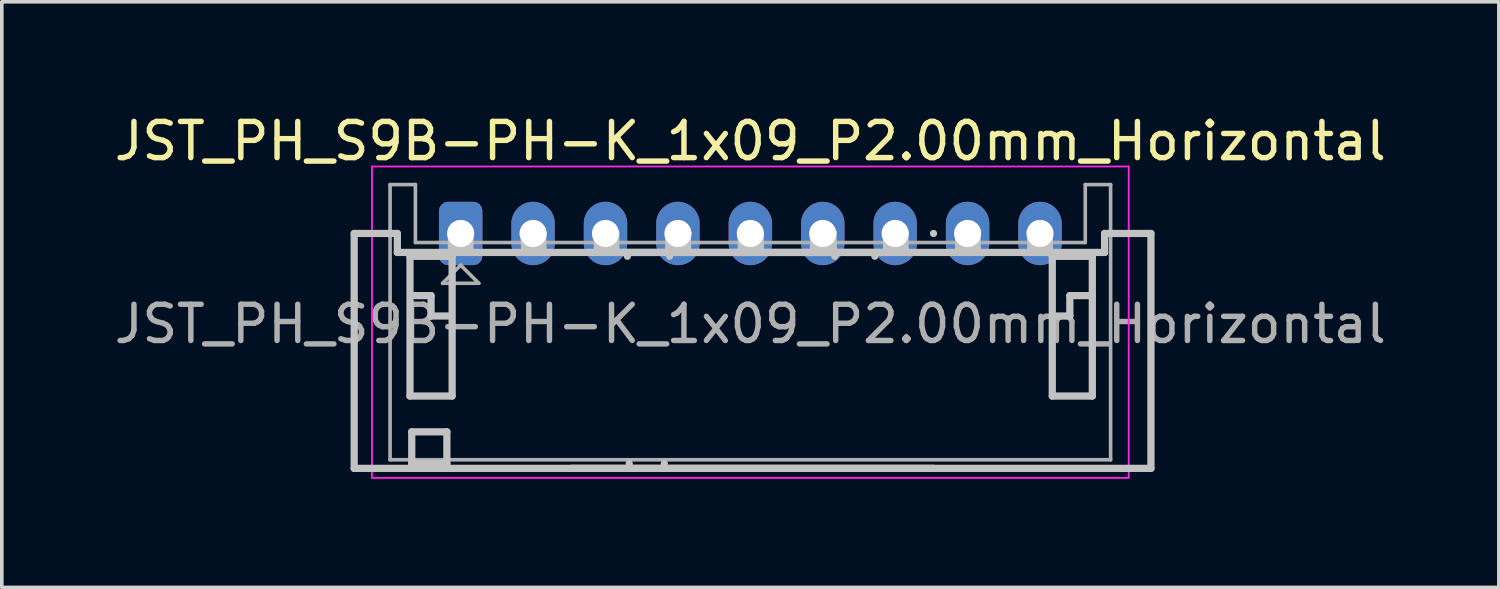
<source format=kicad_pcb>
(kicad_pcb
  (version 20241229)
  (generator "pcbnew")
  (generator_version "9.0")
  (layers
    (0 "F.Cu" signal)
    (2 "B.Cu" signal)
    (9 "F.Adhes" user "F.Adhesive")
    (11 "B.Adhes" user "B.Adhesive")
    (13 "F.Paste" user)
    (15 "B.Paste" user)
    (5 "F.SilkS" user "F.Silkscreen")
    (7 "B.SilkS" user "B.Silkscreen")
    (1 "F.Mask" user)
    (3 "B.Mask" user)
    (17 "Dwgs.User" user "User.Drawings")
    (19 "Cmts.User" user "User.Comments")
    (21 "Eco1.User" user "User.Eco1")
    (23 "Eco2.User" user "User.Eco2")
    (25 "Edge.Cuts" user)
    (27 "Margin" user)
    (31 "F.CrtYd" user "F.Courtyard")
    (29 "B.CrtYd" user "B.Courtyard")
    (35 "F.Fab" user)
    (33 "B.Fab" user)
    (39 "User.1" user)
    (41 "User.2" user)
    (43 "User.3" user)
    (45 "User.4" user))
  (footprint "JST_PH_S9B-PH-K_1x09_P2.00mm_Horizontal"
    (layer "F.Cu")
    (at 9.673 3.398)
    (property "Reference" "JST_PH_S9B-PH-K_1x09_P2.00mm_Horizontal" (at 8 -2.55 0) (layer "F.SilkS") (effects (font (size 1 1) (thickness 0.15))))
    (attr through_hole)
    (fp_line (start -2.941 0.000004) (end -1.749 0.000003) (stroke (width 0.2) (type solid)) (layer "Dwgs.User"))
    (fp_line (start -2.941 6.487) (end -2.941 0.000004) (stroke (width 0.2) (type solid)) (layer "Dwgs.User"))
    (fp_line (start -1.749 0.000003) (end -1.749 0.524) (stroke (width 0.2) (type solid)) (layer "Dwgs.User"))
    (fp_line (start -1.749 0.524) (end 11.779 0.524) (stroke (width 0.2) (type solid)) (layer "Dwgs.User"))
    (fp_line (start -1.4 0.63) (end -1.4 4.49) (stroke (width 0.2) (type solid)) (layer "Dwgs.User"))
    (fp_line (start -1.4 4.49) (end -0.236 4.49) (stroke (width 0.2) (type solid)) (layer "Dwgs.User"))
    (fp_line (start -1.351 5.479) (end -1.351 6.352) (stroke (width 0.2) (type solid)) (layer "Dwgs.User"))
    (fp_line (start -1.351 6.352) (end -0.381 6.352) (stroke (width 0.2) (type solid)) (layer "Dwgs.User"))
    (fp_line (start -0.818 1.716) (end -1.283 1.716) (stroke (width 0.2) (type solid)) (layer "Dwgs.User"))
    (fp_line (start -0.818 2.279) (end -0.818 1.716) (stroke (width 0.2) (type solid)) (layer "Dwgs.User"))
    (fp_line (start -0.381 5.479) (end -1.351 5.479) (stroke (width 0.2) (type solid)) (layer "Dwgs.User"))
    (fp_line (start -0.381 6.352) (end -0.381 5.479) (stroke (width 0.2) (type solid)) (layer "Dwgs.User"))
    (fp_line (start -0.314 2.279) (end -0.818 2.279) (stroke (width 0.2) (type solid)) (layer "Dwgs.User"))
    (fp_line (start -0.255 0.000003) (end 0.254 0.000003) (stroke (width 0.2) (type solid)) (layer "Dwgs.User"))
    (fp_line (start -0.255 0.446) (end -0.255 0.000003) (stroke (width 0.2) (type solid)) (layer "Dwgs.User"))
    (fp_line (start -0.236 0.63) (end -1.4 0.63) (stroke (width 0.2) (type solid)) (layer "Dwgs.User"))
    (fp_line (start -0.236 4.49) (end -0.236 0.63) (stroke (width 0.2) (type solid)) (layer "Dwgs.User"))
    (fp_line (start 0.254 0.000003) (end 0.254 0.446) (stroke (width 0.2) (type solid)) (layer "Dwgs.User"))
    (fp_line (start 0.254 0.446) (end -0.255 0.446) (stroke (width 0.2) (type solid)) (layer "Dwgs.User"))
    (fp_line (start 1.762 0.000002) (end 2.271 0.000002) (stroke (width 0.2) (type solid)) (layer "Dwgs.User"))
    (fp_line (start 1.762 0.446) (end 1.762 0.000002) (stroke (width 0.2) (type solid)) (layer "Dwgs.User"))
    (fp_line (start 2.271 0.000002) (end 2.271 0.446) (stroke (width 0.2) (type solid)) (layer "Dwgs.User"))
    (fp_line (start 2.271 0.446) (end 1.762 0.446) (stroke (width 0.2) (type solid)) (layer "Dwgs.User"))
    (fp_line (start 3.774 -0.024) (end 4.283 -0.024) (stroke (width 0.2) (type solid)) (layer "Dwgs.User"))
    (fp_line (start 3.774 0.422) (end 3.774 -0.024) (stroke (width 0.2) (type solid)) (layer "Dwgs.User"))
    (fp_line (start 4.257 0) (end 4.257 0.524) (stroke (width 0.2) (type solid)) (layer "Dwgs.User"))
    (fp_line (start 4.257 0.524) (end 17.784 0.524) (stroke (width 0.2) (type solid)) (layer "Dwgs.User"))
    (fp_line (start 4.283 -0.024) (end 4.283 0.422) (stroke (width 0.2) (type solid)) (layer "Dwgs.User"))
    (fp_line (start 4.283 0.422) (end 3.774 0.422) (stroke (width 0.2) (type solid)) (layer "Dwgs.User"))
    (fp_line (start 4.606 0.63) (end 4.606 0.63) (stroke (width 0.2) (type solid)) (layer "Dwgs.User"))
    (fp_line (start 4.654 6.352) (end 4.654 6.352) (stroke (width 0.2) (type solid)) (layer "Dwgs.User"))
    (fp_line (start 5.624 6.352) (end 5.624 6.352) (stroke (width 0.2) (type solid)) (layer "Dwgs.User"))
    (fp_line (start 5.75 0) (end 6.259 0) (stroke (width 0.2) (type solid)) (layer "Dwgs.User"))
    (fp_line (start 5.75 0.446) (end 5.75 0) (stroke (width 0.2) (type solid)) (layer "Dwgs.User"))
    (fp_line (start 5.757 -0.024) (end 6.266 -0.024) (stroke (width 0.2) (type solid)) (layer "Dwgs.User"))
    (fp_line (start 5.757 0.422) (end 5.757 -0.024) (stroke (width 0.2) (type solid)) (layer "Dwgs.User"))
    (fp_line (start 5.769 0.63) (end 5.769 0.63) (stroke (width 0.2) (type solid)) (layer "Dwgs.User"))
    (fp_line (start 6.259 0) (end 6.259 0.446) (stroke (width 0.2) (type solid)) (layer "Dwgs.User"))
    (fp_line (start 6.259 0.446) (end 5.75 0.446) (stroke (width 0.2) (type solid)) (layer "Dwgs.User"))
    (fp_line (start 6.266 -0.024) (end 6.266 0.422) (stroke (width 0.2) (type solid)) (layer "Dwgs.User"))
    (fp_line (start 6.266 0.422) (end 5.757 0.422) (stroke (width 0.2) (type solid)) (layer "Dwgs.User"))
    (fp_line (start 7.749 -0.024) (end 8.259 -0.024) (stroke (width 0.2) (type solid)) (layer "Dwgs.User"))
    (fp_line (start 7.749 0.422) (end 7.749 -0.024) (stroke (width 0.2) (type solid)) (layer "Dwgs.User"))
    (fp_line (start 7.767 -0.000001) (end 8.276 -0.000001) (stroke (width 0.2) (type solid)) (layer "Dwgs.User"))
    (fp_line (start 7.767 0.446) (end 7.767 -0.000001) (stroke (width 0.2) (type solid)) (layer "Dwgs.User"))
    (fp_line (start 8.259 -0.024) (end 8.259 0.422) (stroke (width 0.2) (type solid)) (layer "Dwgs.User"))
    (fp_line (start 8.259 0.422) (end 7.749 0.422) (stroke (width 0.2) (type solid)) (layer "Dwgs.User"))
    (fp_line (start 8.276 -0.000001) (end 8.276 0.446) (stroke (width 0.2) (type solid)) (layer "Dwgs.User"))
    (fp_line (start 8.276 0.446) (end 7.767 0.446) (stroke (width 0.2) (type solid)) (layer "Dwgs.User"))
    (fp_line (start 9.742 -0.024) (end 10.251 -0.024) (stroke (width 0.2) (type solid)) (layer "Dwgs.User"))
    (fp_line (start 9.742 0.422) (end 9.742 -0.024) (stroke (width 0.2) (type solid)) (layer "Dwgs.User"))
    (fp_line (start 9.779 -0.024) (end 10.288 -0.024) (stroke (width 0.2) (type solid)) (layer "Dwgs.User"))
    (fp_line (start 9.779 0.422) (end 9.779 -0.024) (stroke (width 0.2) (type solid)) (layer "Dwgs.User"))
    (fp_line (start 10.251 -0.024) (end 10.251 0.422) (stroke (width 0.2) (type solid)) (layer "Dwgs.User"))
    (fp_line (start 10.251 0.422) (end 9.742 0.422) (stroke (width 0.2) (type solid)) (layer "Dwgs.User"))
    (fp_line (start 10.288 -0.024) (end 10.288 0.422) (stroke (width 0.2) (type solid)) (layer "Dwgs.User"))
    (fp_line (start 10.288 0.422) (end 9.779 0.422) (stroke (width 0.2) (type solid)) (layer "Dwgs.User"))
    (fp_line (start 10.334 0.63) (end 10.334 0.63) (stroke (width 0.2) (type solid)) (layer "Dwgs.User"))
    (fp_line (start 11.439 0.63) (end 11.439 0.63) (stroke (width 0.2) (type solid)) (layer "Dwgs.User"))
    (fp_line (start 11.762 -0.024) (end 12.271 -0.024) (stroke (width 0.2) (type solid)) (layer "Dwgs.User"))
    (fp_line (start 11.762 0.422) (end 11.762 -0.024) (stroke (width 0.2) (type solid)) (layer "Dwgs.User"))
    (fp_line (start 11.779 0.524) (end 11.779 -0.000001) (stroke (width 0.2) (type solid)) (layer "Dwgs.User"))
    (fp_line (start 12.271 -0.024) (end 12.271 0.422) (stroke (width 0.2) (type solid)) (layer "Dwgs.User"))
    (fp_line (start 12.271 0.422) (end 11.762 0.422) (stroke (width 0.2) (type solid)) (layer "Dwgs.User"))
    (fp_line (start 13.059 -0.000001) (end 13.059 -0.000001) (stroke (width 0.2) (type solid)) (layer "Dwgs.User"))
    (fp_line (start 13.059 6.487) (end -2.941 6.487) (stroke (width 0.2) (type solid)) (layer "Dwgs.User"))
    (fp_line (start 13.755 -0.024) (end 14.264 -0.024) (stroke (width 0.2) (type solid)) (layer "Dwgs.User"))
    (fp_line (start 13.755 0.422) (end 13.755 -0.024) (stroke (width 0.2) (type solid)) (layer "Dwgs.User"))
    (fp_line (start 14.264 -0.024) (end 14.264 0.422) (stroke (width 0.2) (type solid)) (layer "Dwgs.User"))
    (fp_line (start 14.264 0.422) (end 13.755 0.422) (stroke (width 0.2) (type solid)) (layer "Dwgs.User"))
    (fp_line (start 15.748 -0.024) (end 16.257 -0.024) (stroke (width 0.2) (type solid)) (layer "Dwgs.User"))
    (fp_line (start 15.748 0.422) (end 15.748 -0.024) (stroke (width 0.2) (type solid)) (layer "Dwgs.User"))
    (fp_line (start 16.257 -0.024) (end 16.257 0.422) (stroke (width 0.2) (type solid)) (layer "Dwgs.User"))
    (fp_line (start 16.257 0.422) (end 15.748 0.422) (stroke (width 0.2) (type solid)) (layer "Dwgs.User"))
    (fp_line (start 16.339 0.63) (end 17.445 0.63) (stroke (width 0.2) (type solid)) (layer "Dwgs.User"))
    (fp_line (start 16.339 2.279) (end 16.824 2.279) (stroke (width 0.2) (type solid)) (layer "Dwgs.User"))
    (fp_line (start 16.339 4.49) (end 16.339 0.63) (stroke (width 0.2) (type solid)) (layer "Dwgs.User"))
    (fp_line (start 16.824 1.716) (end 17.348 1.716) (stroke (width 0.2) (type solid)) (layer "Dwgs.User"))
    (fp_line (start 16.824 2.279) (end 16.824 1.716) (stroke (width 0.2) (type solid)) (layer "Dwgs.User"))
    (fp_line (start 17.445 0.63) (end 17.445 4.49) (stroke (width 0.2) (type solid)) (layer "Dwgs.User"))
    (fp_line (start 17.445 4.49) (end 16.339 4.49) (stroke (width 0.2) (type solid)) (layer "Dwgs.User"))
    (fp_line (start 17.784 -0.000004) (end 19.064 -0.000004) (stroke (width 0.2) (type solid)) (layer "Dwgs.User"))
    (fp_line (start 17.784 0.524) (end 17.784 -0.000004) (stroke (width 0.2) (type solid)) (layer "Dwgs.User"))
    (fp_line (start 19.064 -0.000004) (end 19.064 6.487) (stroke (width 0.2) (type solid)) (layer "Dwgs.User"))
    (fp_line (start 19.064 6.487) (end 3.064 6.487) (stroke (width 0.2) (type solid)) (layer "Dwgs.User"))
    (fp_line (start -2.45 -1.85) (end -2.45 6.75) (stroke (width 0.05) (type solid)) (layer "F.CrtYd"))
    (fp_line (start -2.45 6.75) (end 18.45 6.75) (stroke (width 0.05) (type solid)) (layer "F.CrtYd"))
    (fp_line (start 18.45 -1.85) (end -2.45 -1.85) (stroke (width 0.05) (type solid)) (layer "F.CrtYd"))
    (fp_line (start 18.45 6.75) (end 18.45 -1.85) (stroke (width 0.05) (type solid)) (layer "F.CrtYd"))
    (fp_line (start -1.95 -1.35) (end -1.95 6.25) (stroke (width 0.1) (type solid)) (layer "F.Fab"))
    (fp_line (start -1.95 6.25) (end 17.95 6.25) (stroke (width 0.1) (type solid)) (layer "F.Fab"))
    (fp_line (start -1.25 -1.35) (end -1.95 -1.35) (stroke (width 0.1) (type solid)) (layer "F.Fab"))
    (fp_line (start -1.25 0.25) (end -1.25 -1.35) (stroke (width 0.1) (type solid)) (layer "F.Fab"))
    (fp_line (start -0.5 1.375) (end 0.5 1.375) (stroke (width 0.1) (type solid)) (layer "F.Fab"))
    (fp_line (start 0 0.875) (end -0.5 1.375) (stroke (width 0.1) (type solid)) (layer "F.Fab"))
    (fp_line (start 0.5 1.375) (end 0 0.875) (stroke (width 0.1) (type solid)) (layer "F.Fab"))
    (fp_line (start 17.25 -1.35) (end 17.25 0.25) (stroke (width 0.1) (type solid)) (layer "F.Fab"))
    (fp_line (start 17.25 0.25) (end -1.25 0.25) (stroke (width 0.1) (type solid)) (layer "F.Fab"))
    (fp_line (start 17.95 -1.35) (end 17.25 -1.35) (stroke (width 0.1) (type solid)) (layer "F.Fab"))
    (fp_line (start 17.95 6.25) (end 17.95 -1.35) (stroke (width 0.1) (type solid)) (layer "F.Fab"))
    (fp_text user "${REFERENCE}" (at 8 2.5 0) (layer "F.Fab") (effects (font (size 1 1) (thickness 0.15))))
    (pad "1" thru_hole roundrect (at 0 0) (size 1.2 1.75) (drill 0.75) (layers "*.Cu" "*.Mask") (roundrect_rratio 0.208))
    (pad "2" thru_hole oval (at 2 0) (size 1.2 1.75) (drill 0.75) (layers "*.Cu" "*.Mask"))
    (pad "3" thru_hole oval (at 4 0) (size 1.2 1.75) (drill 0.75) (layers "*.Cu" "*.Mask"))
    (pad "4" thru_hole oval (at 6 0) (size 1.2 1.75) (drill 0.75) (layers "*.Cu" "*.Mask"))
    (pad "5" thru_hole oval (at 8 0) (size 1.2 1.75) (drill 0.75) (layers "*.Cu" "*.Mask"))
    (pad "6" thru_hole oval (at 10 0) (size 1.2 1.75) (drill 0.75) (layers "*.Cu" "*.Mask"))
    (pad "7" thru_hole oval (at 12 0) (size 1.2 1.75) (drill 0.75) (layers "*.Cu" "*.Mask"))
    (pad "8" thru_hole oval (at 14 0) (size 1.2 1.75) (drill 0.75) (layers "*.Cu" "*.Mask"))
    (pad "9" thru_hole oval (at 16 0) (size 1.2 1.75) (drill 0.75) (layers "*.Cu" "*.Mask")))
  (gr_rect
    (start -3 -3)
    (end 38.345 13.173)
    (stroke (width 0.1) (type default))
    (fill no)
    (layer "Edge.Cuts")))
</source>
